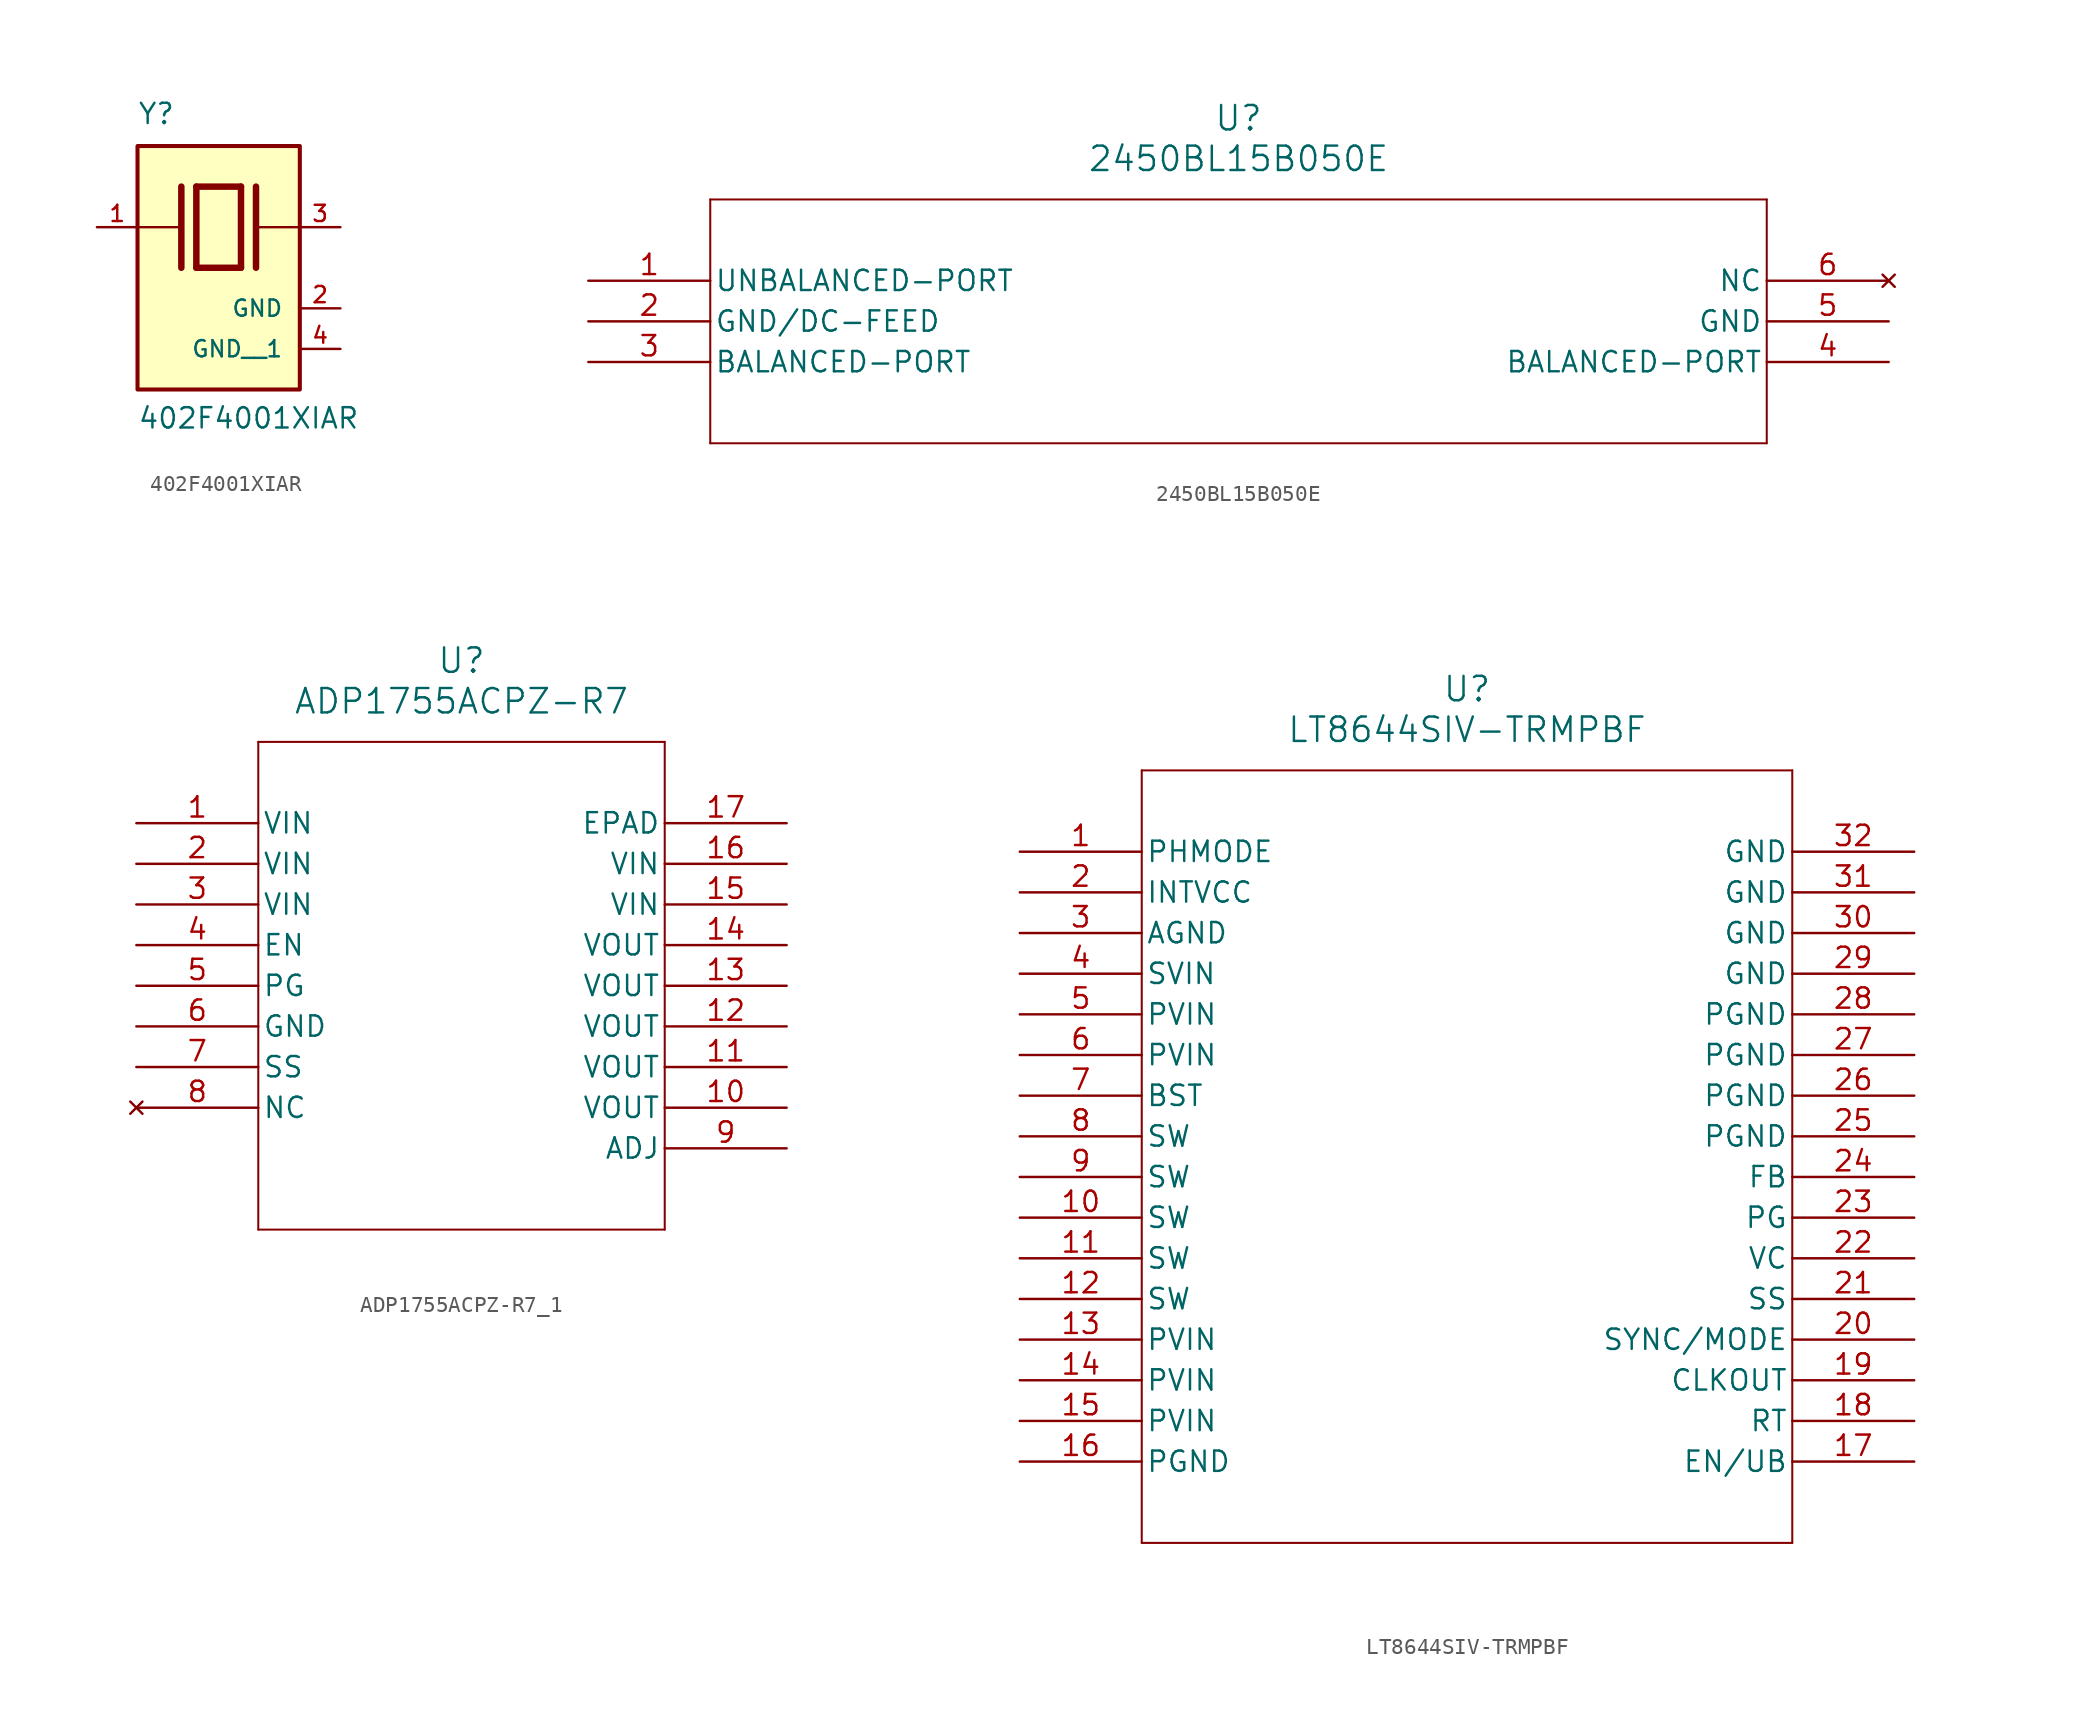
<source format=kicad_sym>
(kicad_symbol_lib
  (version 20231120)
  (generator "kicad_symbol_editor")
  (generator_version "8.0")
  (symbol "402F4001XIAR"
    (pin_names
      (offset 1.016))
    (property "Reference" "Y"
      (at -5.088 6.356 0)
      (effects (font (size 1.27 1.27)) (justify left bottom)))
    (property "Value" "402F4001XIAR"
      (at -5.094 -12.7 0)
      (effects (font (size 1.27 1.27)) (justify left bottom)))
    (symbol "402F4001XIAR_0_0"
      (rectangle (start -5.08 -10.16) (end 5.08 5.08) (stroke (width 0.254) (type default)) (fill (type background)))
      (polyline (pts (xy -5.08 0) (xy -2.54 0)) (stroke (width 0.152) (type default)) (fill (type none)))
      (polyline (pts (xy -2.337 2.54) (xy -2.337 -2.54)) (stroke (width 0.406) (type default)) (fill (type none)))
      (polyline (pts (xy -1.397 2.54) (xy -1.397 -2.54)) (stroke (width 0.406) (type default)) (fill (type none)))
      (polyline (pts (xy -1.397 2.54) (xy 1.397 2.54)) (stroke (width 0.406) (type default)) (fill (type none)))
      (polyline (pts (xy 1.397 -2.54) (xy -1.397 -2.54)) (stroke (width 0.406) (type default)) (fill (type none)))
      (polyline (pts (xy 1.397 2.54) (xy 1.397 -2.54)) (stroke (width 0.406) (type default)) (fill (type none)))
      (polyline (pts (xy 2.337 2.54) (xy 2.337 -2.54)) (stroke (width 0.406) (type default)) (fill (type none)))
      (polyline (pts (xy 2.54 0) (xy 5.08 0)) (stroke (width 0.152) (type default)) (fill (type none)))
      (pin passive line (at -7.62 0 0) (length 2.54) (name "~" (effects (font (size 1.016 1.016)))) (number "1" (effects (font (size 1.016 1.016)))))
      (pin power_in line (at 7.62 -5.08 180) (length 2.54) (name "GND" (effects (font (size 1.016 1.016)))) (number "2" (effects (font (size 1.016 1.016)))))
      (pin passive line (at 7.62 0 180) (length 2.54) (name "~" (effects (font (size 1.016 1.016)))) (number "3" (effects (font (size 1.016 1.016)))))
      (pin power_in line (at 7.62 -7.62 180) (length 2.54) (name "GND__1" (effects (font (size 1.016 1.016)))) (number "4" (effects (font (size 1.016 1.016)))))))
  (symbol "2450BL15B050E"
    (pin_names
      (offset 0.254))
    (property "Reference" "U"
      (at 40.64 10.16 0)
      (effects (font (size 1.524 1.524))))
    (property "Value" "2450BL15B050E"
      (at 40.64 7.62 0)
      (effects (font (size 1.524 1.524))))
    (property "ki_locked" ""
      (at 0 0 0)
      (effects (font (size 1.27 1.27))))
    (symbol "2450BL15B050E_0_1"
      (polyline (pts (xy 7.62 -10.16) (xy 73.66 -10.16)) (stroke (width 0.127) (type default)) (fill (type none)))
      (polyline (pts (xy 7.62 5.08) (xy 7.62 -10.16)) (stroke (width 0.127) (type default)) (fill (type none)))
      (polyline (pts (xy 73.66 -10.16) (xy 73.66 5.08)) (stroke (width 0.127) (type default)) (fill (type none)))
      (polyline (pts (xy 73.66 5.08) (xy 7.62 5.08)) (stroke (width 0.127) (type default)) (fill (type none)))
      (pin unspecified line (at 0 0 0) (length 7.62) (name "UNBALANCED-PORT" (effects (font (size 1.27 1.27)))) (number "1" (effects (font (size 1.27 1.27)))))
      (pin unspecified line (at 0 -2.54 0) (length 7.62) (name "GND/DC-FEED" (effects (font (size 1.27 1.27)))) (number "2" (effects (font (size 1.27 1.27)))))
      (pin unspecified line (at 0 -5.08 0) (length 7.62) (name "BALANCED-PORT" (effects (font (size 1.27 1.27)))) (number "3" (effects (font (size 1.27 1.27)))))
      (pin unspecified line (at 81.28 -5.08 180) (length 7.62) (name "BALANCED-PORT" (effects (font (size 1.27 1.27)))) (number "4" (effects (font (size 1.27 1.27)))))
      (pin power_out line (at 81.28 -2.54 180) (length 7.62) (name "GND" (effects (font (size 1.27 1.27)))) (number "5" (effects (font (size 1.27 1.27)))))
      (pin no_connect line (at 81.28 0 180) (length 7.62) (name "NC" (effects (font (size 1.27 1.27)))) (number "6" (effects (font (size 1.27 1.27)))))))
  (symbol "ADP1755ACPZ-R7_1"
    (pin_names
      (offset 0.254))
    (property "Reference" "U"
      (at 20.32 10.16 0)
      (effects (font (size 1.524 1.524))))
    (property "Value" "ADP1755ACPZ-R7"
      (at 20.32 7.62 0)
      (effects (font (size 1.524 1.524))))
    (symbol "ADP1755ACPZ-R7_1_0_1"
      (polyline (pts (xy 7.62 -25.4) (xy 33.02 -25.4)) (stroke (width 0.127) (type default)) (fill (type none)))
      (polyline (pts (xy 7.62 5.08) (xy 7.62 -25.4)) (stroke (width 0.127) (type default)) (fill (type none)))
      (polyline (pts (xy 33.02 -25.4) (xy 33.02 5.08)) (stroke (width 0.127) (type default)) (fill (type none)))
      (polyline (pts (xy 33.02 5.08) (xy 7.62 5.08)) (stroke (width 0.127) (type default)) (fill (type none)))
      (pin power_in line (at 0 0 0) (length 7.62) (name "VIN" (effects (font (size 1.27 1.27)))) (number "1" (effects (font (size 1.27 1.27)))))
      (pin power_in line (at 40.64 -17.78 180) (length 7.62) (name "VOUT" (effects (font (size 1.27 1.27)))) (number "10" (effects (font (size 1.27 1.27)))))
      (pin power_in line (at 40.64 -15.24 180) (length 7.62) (name "VOUT" (effects (font (size 1.27 1.27)))) (number "11" (effects (font (size 1.27 1.27)))))
      (pin power_in line (at 40.64 -12.7 180) (length 7.62) (name "VOUT" (effects (font (size 1.27 1.27)))) (number "12" (effects (font (size 1.27 1.27)))))
      (pin power_in line (at 40.64 -10.16 180) (length 7.62) (name "VOUT" (effects (font (size 1.27 1.27)))) (number "13" (effects (font (size 1.27 1.27)))))
      (pin power_in line (at 40.64 -7.62 180) (length 7.62) (name "VOUT" (effects (font (size 1.27 1.27)))) (number "14" (effects (font (size 1.27 1.27)))))
      (pin power_in line (at 40.64 -5.08 180) (length 7.62) (name "VIN" (effects (font (size 1.27 1.27)))) (number "15" (effects (font (size 1.27 1.27)))))
      (pin power_in line (at 40.64 -2.54 180) (length 7.62) (name "VIN" (effects (font (size 1.27 1.27)))) (number "16" (effects (font (size 1.27 1.27)))))
      (pin power_out line (at 40.64 0 180) (length 7.62) (name "EPAD" (effects (font (size 1.27 1.27)))) (number "17" (effects (font (size 1.27 1.27)))))
      (pin power_in line (at 0 -2.54 0) (length 7.62) (name "VIN" (effects (font (size 1.27 1.27)))) (number "2" (effects (font (size 1.27 1.27)))))
      (pin power_in line (at 0 -5.08 0) (length 7.62) (name "VIN" (effects (font (size 1.27 1.27)))) (number "3" (effects (font (size 1.27 1.27)))))
      (pin input line (at 0 -7.62 0) (length 7.62) (name "EN" (effects (font (size 1.27 1.27)))) (number "4" (effects (font (size 1.27 1.27)))))
      (pin output line (at 0 -10.16 0) (length 7.62) (name "PG" (effects (font (size 1.27 1.27)))) (number "5" (effects (font (size 1.27 1.27)))))
      (pin power_out line (at 0 -12.7 0) (length 7.62) (name "GND" (effects (font (size 1.27 1.27)))) (number "6" (effects (font (size 1.27 1.27)))))
      (pin unspecified line (at 0 -15.24 0) (length 7.62) (name "SS" (effects (font (size 1.27 1.27)))) (number "7" (effects (font (size 1.27 1.27)))))
      (pin no_connect line (at 0 -17.78 0) (length 7.62) (name "NC" (effects (font (size 1.27 1.27)))) (number "8" (effects (font (size 1.27 1.27)))))
      (pin unspecified line (at 40.64 -20.32 180) (length 7.62) (name "ADJ" (effects (font (size 1.27 1.27)))) (number "9" (effects (font (size 1.27 1.27)))))))
  (symbol "LT8644SIV-TRMPBF"
    (pin_names
      (offset 0.254))
    (property "Reference" "U"
      (at 27.94 10.16 0)
      (effects (font (size 1.524 1.524))))
    (property "Value" "LT8644SIV-TRMPBF"
      (at 27.94 7.62 0)
      (effects (font (size 1.524 1.524))))
    (property "ki_locked" ""
      (at 0 0 0)
      (effects (font (size 1.27 1.27))))
    (symbol "LT8644SIV-TRMPBF_0_1"
      (polyline (pts (xy 7.62 -43.18) (xy 48.26 -43.18)) (stroke (width 0.127) (type default)) (fill (type none)))
      (polyline (pts (xy 7.62 5.08) (xy 7.62 -43.18)) (stroke (width 0.127) (type default)) (fill (type none)))
      (polyline (pts (xy 48.26 -43.18) (xy 48.26 5.08)) (stroke (width 0.127) (type default)) (fill (type none)))
      (polyline (pts (xy 48.26 5.08) (xy 7.62 5.08)) (stroke (width 0.127) (type default)) (fill (type none)))
      (pin unspecified line (at 0 0 0) (length 7.62) (name "PHMODE" (effects (font (size 1.27 1.27)))) (number "1" (effects (font (size 1.27 1.27)))))
      (pin output line (at 0 -22.86 0) (length 7.62) (name "SW" (effects (font (size 1.27 1.27)))) (number "10" (effects (font (size 1.27 1.27)))))
      (pin output line (at 0 -25.4 0) (length 7.62) (name "SW" (effects (font (size 1.27 1.27)))) (number "11" (effects (font (size 1.27 1.27)))))
      (pin output line (at 0 -27.94 0) (length 7.62) (name "SW" (effects (font (size 1.27 1.27)))) (number "12" (effects (font (size 1.27 1.27)))))
      (pin power_in line (at 0 -30.48 0) (length 7.62) (name "PVIN" (effects (font (size 1.27 1.27)))) (number "13" (effects (font (size 1.27 1.27)))))
      (pin power_in line (at 0 -33.02 0) (length 7.62) (name "PVIN" (effects (font (size 1.27 1.27)))) (number "14" (effects (font (size 1.27 1.27)))))
      (pin power_in line (at 0 -35.56 0) (length 7.62) (name "PVIN" (effects (font (size 1.27 1.27)))) (number "15" (effects (font (size 1.27 1.27)))))
      (pin power_out line (at 0 -38.1 0) (length 7.62) (name "PGND" (effects (font (size 1.27 1.27)))) (number "16" (effects (font (size 1.27 1.27)))))
      (pin input line (at 55.88 -38.1 180) (length 7.62) (name "EN/UB" (effects (font (size 1.27 1.27)))) (number "17" (effects (font (size 1.27 1.27)))))
      (pin unspecified line (at 55.88 -35.56 180) (length 7.62) (name "RT" (effects (font (size 1.27 1.27)))) (number "18" (effects (font (size 1.27 1.27)))))
      (pin output line (at 55.88 -33.02 180) (length 7.62) (name "CLKOUT" (effects (font (size 1.27 1.27)))) (number "19" (effects (font (size 1.27 1.27)))))
      (pin power_in line (at 0 -2.54 0) (length 7.62) (name "INTVCC" (effects (font (size 1.27 1.27)))) (number "2" (effects (font (size 1.27 1.27)))))
      (pin unspecified line (at 55.88 -30.48 180) (length 7.62) (name "SYNC/MODE" (effects (font (size 1.27 1.27)))) (number "20" (effects (font (size 1.27 1.27)))))
      (pin input line (at 55.88 -27.94 180) (length 7.62) (name "SS" (effects (font (size 1.27 1.27)))) (number "21" (effects (font (size 1.27 1.27)))))
      (pin output line (at 55.88 -25.4 180) (length 7.62) (name "VC" (effects (font (size 1.27 1.27)))) (number "22" (effects (font (size 1.27 1.27)))))
      (pin output line (at 55.88 -22.86 180) (length 7.62) (name "PG" (effects (font (size 1.27 1.27)))) (number "23" (effects (font (size 1.27 1.27)))))
      (pin input line (at 55.88 -20.32 180) (length 7.62) (name "FB" (effects (font (size 1.27 1.27)))) (number "24" (effects (font (size 1.27 1.27)))))
      (pin power_out line (at 55.88 -17.78 180) (length 7.62) (name "PGND" (effects (font (size 1.27 1.27)))) (number "25" (effects (font (size 1.27 1.27)))))
      (pin power_out line (at 55.88 -15.24 180) (length 7.62) (name "PGND" (effects (font (size 1.27 1.27)))) (number "26" (effects (font (size 1.27 1.27)))))
      (pin power_out line (at 55.88 -12.7 180) (length 7.62) (name "PGND" (effects (font (size 1.27 1.27)))) (number "27" (effects (font (size 1.27 1.27)))))
      (pin power_out line (at 55.88 -10.16 180) (length 7.62) (name "PGND" (effects (font (size 1.27 1.27)))) (number "28" (effects (font (size 1.27 1.27)))))
      (pin power_out line (at 55.88 -7.62 180) (length 7.62) (name "GND" (effects (font (size 1.27 1.27)))) (number "29" (effects (font (size 1.27 1.27)))))
      (pin power_out line (at 0 -5.08 0) (length 7.62) (name "AGND" (effects (font (size 1.27 1.27)))) (number "3" (effects (font (size 1.27 1.27)))))
      (pin power_out line (at 55.88 -5.08 180) (length 7.62) (name "GND" (effects (font (size 1.27 1.27)))) (number "30" (effects (font (size 1.27 1.27)))))
      (pin power_out line (at 55.88 -2.54 180) (length 7.62) (name "GND" (effects (font (size 1.27 1.27)))) (number "31" (effects (font (size 1.27 1.27)))))
      (pin power_out line (at 55.88 0 180) (length 7.62) (name "GND" (effects (font (size 1.27 1.27)))) (number "32" (effects (font (size 1.27 1.27)))))
      (pin power_in line (at 0 -7.62 0) (length 7.62) (name "SVIN" (effects (font (size 1.27 1.27)))) (number "4" (effects (font (size 1.27 1.27)))))
      (pin power_in line (at 0 -10.16 0) (length 7.62) (name "PVIN" (effects (font (size 1.27 1.27)))) (number "5" (effects (font (size 1.27 1.27)))))
      (pin power_in line (at 0 -12.7 0) (length 7.62) (name "PVIN" (effects (font (size 1.27 1.27)))) (number "6" (effects (font (size 1.27 1.27)))))
      (pin power_in line (at 0 -15.24 0) (length 7.62) (name "BST" (effects (font (size 1.27 1.27)))) (number "7" (effects (font (size 1.27 1.27)))))
      (pin output line (at 0 -17.78 0) (length 7.62) (name "SW" (effects (font (size 1.27 1.27)))) (number "8" (effects (font (size 1.27 1.27)))))
      (pin output line (at 0 -20.32 0) (length 7.62) (name "SW" (effects (font (size 1.27 1.27)))) (number "9" (effects (font (size 1.27 1.27))))))))
</source>
